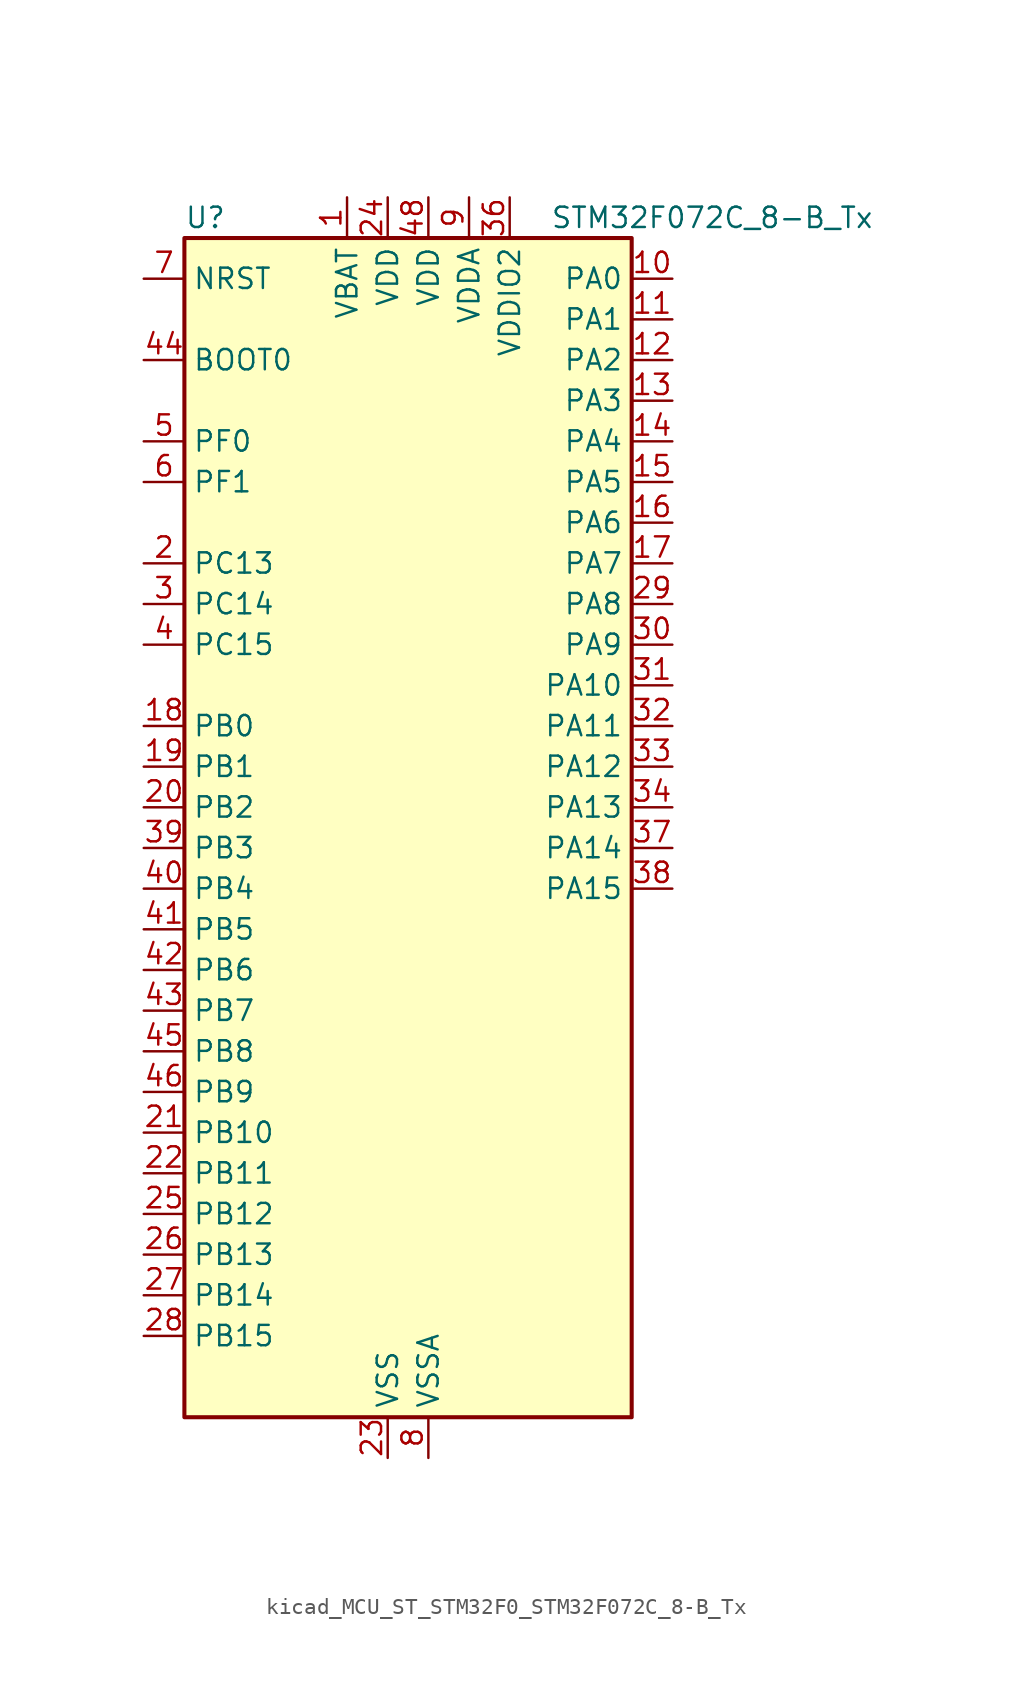
<source format=kicad_sym>
(kicad_symbol_lib
  (version 20220914)
  (generator kicad_symbol_editor)
  (symbol "kicad_MCU_ST_STM32F0_STM32F072C_8-B_Tx"
    (property "Reference" "U"
      (at -12.7 39.37 0)
      (effects (font (size 1.27 1.27)) (justify left)))
    (property "Value" "STM32F072C_8-B_Tx"
      (at 10.16 39.37 0)
      (effects (font (size 1.27 1.27)) (justify left)))
    (property "ki_locked" ""
      (at 0 0 0)
      (effects (font (size 1.27 1.27))))
    (symbol "kicad_MCU_ST_STM32F0_STM32F072C_8-B_Tx_0_1"
      (rectangle (start -12.7 -35.56) (end 15.24 38.1) (stroke (width 0.254) (type default)) (fill (type background))))
    (symbol "kicad_MCU_ST_STM32F0_STM32F072C_8-B_Tx_1_1"
      (pin power_in line (at -2.54 40.64 270) (length 2.54) (name "VBAT" (effects (font (size 1.27 1.27)))) (number "1" (effects (font (size 1.27 1.27)))))
      (pin bidirectional line (at 17.78 35.56 180) (length 2.54) (name "PA0" (effects (font (size 1.27 1.27)))) (number "10" (effects (font (size 1.27 1.27)))) (alternate "ADC_IN0" bidirectional line) (alternate "COMP1_INM" bidirectional line) (alternate "COMP1_OUT" bidirectional line) (alternate "RTC_TAMP2" bidirectional line) (alternate "SYS_WKUP1" bidirectional line) (alternate "TIM2_CH1" bidirectional line) (alternate "TIM2_ETR" bidirectional line) (alternate "TSC_G1_IO1" bidirectional line) (alternate "USART2_CTS" bidirectional line) (alternate "USART4_TX" bidirectional line))
      (pin bidirectional line (at 17.78 33.02 180) (length 2.54) (name "PA1" (effects (font (size 1.27 1.27)))) (number "11" (effects (font (size 1.27 1.27)))) (alternate "ADC_IN1" bidirectional line) (alternate "COMP1_INP" bidirectional line) (alternate "TIM15_CH1N" bidirectional line) (alternate "TIM2_CH2" bidirectional line) (alternate "TSC_G1_IO2" bidirectional line) (alternate "USART2_DE" bidirectional line) (alternate "USART2_RTS" bidirectional line) (alternate "USART4_RX" bidirectional line))
      (pin bidirectional line (at 17.78 30.48 180) (length 2.54) (name "PA2" (effects (font (size 1.27 1.27)))) (number "12" (effects (font (size 1.27 1.27)))) (alternate "ADC_IN2" bidirectional line) (alternate "COMP2_INM" bidirectional line) (alternate "COMP2_OUT" bidirectional line) (alternate "SYS_WKUP4" bidirectional line) (alternate "TIM15_CH1" bidirectional line) (alternate "TIM2_CH3" bidirectional line) (alternate "TSC_G1_IO3" bidirectional line) (alternate "USART2_TX" bidirectional line))
      (pin bidirectional line (at 17.78 27.94 180) (length 2.54) (name "PA3" (effects (font (size 1.27 1.27)))) (number "13" (effects (font (size 1.27 1.27)))) (alternate "ADC_IN3" bidirectional line) (alternate "COMP2_INP" bidirectional line) (alternate "TIM15_CH2" bidirectional line) (alternate "TIM2_CH4" bidirectional line) (alternate "TSC_G1_IO4" bidirectional line) (alternate "USART2_RX" bidirectional line))
      (pin bidirectional line (at 17.78 25.4 180) (length 2.54) (name "PA4" (effects (font (size 1.27 1.27)))) (number "14" (effects (font (size 1.27 1.27)))) (alternate "ADC_IN4" bidirectional line) (alternate "COMP1_INM" bidirectional line) (alternate "COMP2_INM" bidirectional line) (alternate "DAC_OUT1" bidirectional line) (alternate "I2S1_WS" bidirectional line) (alternate "SPI1_NSS" bidirectional line) (alternate "TIM14_CH1" bidirectional line) (alternate "TSC_G2_IO1" bidirectional line) (alternate "USART2_CK" bidirectional line))
      (pin bidirectional line (at 17.78 22.86 180) (length 2.54) (name "PA5" (effects (font (size 1.27 1.27)))) (number "15" (effects (font (size 1.27 1.27)))) (alternate "ADC_IN5" bidirectional line) (alternate "CEC" bidirectional line) (alternate "COMP1_INM" bidirectional line) (alternate "COMP2_INM" bidirectional line) (alternate "DAC_OUT2" bidirectional line) (alternate "I2S1_CK" bidirectional line) (alternate "SPI1_SCK" bidirectional line) (alternate "TIM2_CH1" bidirectional line) (alternate "TIM2_ETR" bidirectional line) (alternate "TSC_G2_IO2" bidirectional line))
      (pin bidirectional line (at 17.78 20.32 180) (length 2.54) (name "PA6" (effects (font (size 1.27 1.27)))) (number "16" (effects (font (size 1.27 1.27)))) (alternate "ADC_IN6" bidirectional line) (alternate "COMP1_OUT" bidirectional line) (alternate "I2S1_MCK" bidirectional line) (alternate "SPI1_MISO" bidirectional line) (alternate "TIM16_CH1" bidirectional line) (alternate "TIM1_BKIN" bidirectional line) (alternate "TIM3_CH1" bidirectional line) (alternate "TSC_G2_IO3" bidirectional line) (alternate "USART3_CTS" bidirectional line))
      (pin bidirectional line (at 17.78 17.78 180) (length 2.54) (name "PA7" (effects (font (size 1.27 1.27)))) (number "17" (effects (font (size 1.27 1.27)))) (alternate "ADC_IN7" bidirectional line) (alternate "COMP2_OUT" bidirectional line) (alternate "I2S1_SD" bidirectional line) (alternate "SPI1_MOSI" bidirectional line) (alternate "TIM14_CH1" bidirectional line) (alternate "TIM17_CH1" bidirectional line) (alternate "TIM1_CH1N" bidirectional line) (alternate "TIM3_CH2" bidirectional line) (alternate "TSC_G2_IO4" bidirectional line))
      (pin bidirectional line (at -15.24 7.62 0) (length 2.54) (name "PB0" (effects (font (size 1.27 1.27)))) (number "18" (effects (font (size 1.27 1.27)))) (alternate "ADC_IN8" bidirectional line) (alternate "TIM1_CH2N" bidirectional line) (alternate "TIM3_CH3" bidirectional line) (alternate "TSC_G3_IO2" bidirectional line) (alternate "USART3_CK" bidirectional line))
      (pin bidirectional line (at -15.24 5.08 0) (length 2.54) (name "PB1" (effects (font (size 1.27 1.27)))) (number "19" (effects (font (size 1.27 1.27)))) (alternate "ADC_IN9" bidirectional line) (alternate "TIM14_CH1" bidirectional line) (alternate "TIM1_CH3N" bidirectional line) (alternate "TIM3_CH4" bidirectional line) (alternate "TSC_G3_IO3" bidirectional line) (alternate "USART3_DE" bidirectional line) (alternate "USART3_RTS" bidirectional line))
      (pin bidirectional line (at -15.24 17.78 0) (length 2.54) (name "PC13" (effects (font (size 1.27 1.27)))) (number "2" (effects (font (size 1.27 1.27)))) (alternate "RTC_OUT_ALARM" bidirectional line) (alternate "RTC_OUT_CALIB" bidirectional line) (alternate "RTC_TAMP1" bidirectional line) (alternate "RTC_TS" bidirectional line) (alternate "SYS_WKUP2" bidirectional line))
      (pin bidirectional line (at -15.24 2.54 0) (length 2.54) (name "PB2" (effects (font (size 1.27 1.27)))) (number "20" (effects (font (size 1.27 1.27)))) (alternate "TSC_G3_IO4" bidirectional line))
      (pin bidirectional line (at -15.24 -17.78 0) (length 2.54) (name "PB10" (effects (font (size 1.27 1.27)))) (number "21" (effects (font (size 1.27 1.27)))) (alternate "CEC" bidirectional line) (alternate "I2C2_SCL" bidirectional line) (alternate "I2S2_CK" bidirectional line) (alternate "SPI2_SCK" bidirectional line) (alternate "TIM2_CH3" bidirectional line) (alternate "TSC_SYNC" bidirectional line) (alternate "USART3_TX" bidirectional line))
      (pin bidirectional line (at -15.24 -20.32 0) (length 2.54) (name "PB11" (effects (font (size 1.27 1.27)))) (number "22" (effects (font (size 1.27 1.27)))) (alternate "I2C2_SDA" bidirectional line) (alternate "TIM2_CH4" bidirectional line) (alternate "TSC_G6_IO1" bidirectional line) (alternate "USART3_RX" bidirectional line))
      (pin power_in line (at 0 -38.1 90) (length 2.54) (name "VSS" (effects (font (size 1.27 1.27)))) (number "23" (effects (font (size 1.27 1.27)))))
      (pin power_in line (at 0 40.64 270) (length 2.54) (name "VDD" (effects (font (size 1.27 1.27)))) (number "24" (effects (font (size 1.27 1.27)))))
      (pin bidirectional line (at -15.24 -22.86 0) (length 2.54) (name "PB12" (effects (font (size 1.27 1.27)))) (number "25" (effects (font (size 1.27 1.27)))) (alternate "I2S2_WS" bidirectional line) (alternate "SPI2_NSS" bidirectional line) (alternate "TIM15_BKIN" bidirectional line) (alternate "TIM1_BKIN" bidirectional line) (alternate "TSC_G6_IO2" bidirectional line) (alternate "USART3_CK" bidirectional line))
      (pin bidirectional line (at -15.24 -25.4 0) (length 2.54) (name "PB13" (effects (font (size 1.27 1.27)))) (number "26" (effects (font (size 1.27 1.27)))) (alternate "I2C2_SCL" bidirectional line) (alternate "I2S2_CK" bidirectional line) (alternate "SPI2_SCK" bidirectional line) (alternate "TIM1_CH1N" bidirectional line) (alternate "TSC_G6_IO3" bidirectional line) (alternate "USART3_CTS" bidirectional line))
      (pin bidirectional line (at -15.24 -27.94 0) (length 2.54) (name "PB14" (effects (font (size 1.27 1.27)))) (number "27" (effects (font (size 1.27 1.27)))) (alternate "I2C2_SDA" bidirectional line) (alternate "I2S2_MCK" bidirectional line) (alternate "SPI2_MISO" bidirectional line) (alternate "TIM15_CH1" bidirectional line) (alternate "TIM1_CH2N" bidirectional line) (alternate "TSC_G6_IO4" bidirectional line) (alternate "USART3_DE" bidirectional line) (alternate "USART3_RTS" bidirectional line))
      (pin bidirectional line (at -15.24 -30.48 0) (length 2.54) (name "PB15" (effects (font (size 1.27 1.27)))) (number "28" (effects (font (size 1.27 1.27)))) (alternate "I2S2_SD" bidirectional line) (alternate "RTC_REFIN" bidirectional line) (alternate "SPI2_MOSI" bidirectional line) (alternate "SYS_WKUP7" bidirectional line) (alternate "TIM15_CH1N" bidirectional line) (alternate "TIM15_CH2" bidirectional line) (alternate "TIM1_CH3N" bidirectional line))
      (pin bidirectional line (at 17.78 15.24 180) (length 2.54) (name "PA8" (effects (font (size 1.27 1.27)))) (number "29" (effects (font (size 1.27 1.27)))) (alternate "CRS_SYNC" bidirectional line) (alternate "RCC_MCO" bidirectional line) (alternate "TIM1_CH1" bidirectional line) (alternate "USART1_CK" bidirectional line))
      (pin bidirectional line (at -15.24 15.24 0) (length 2.54) (name "PC14" (effects (font (size 1.27 1.27)))) (number "3" (effects (font (size 1.27 1.27)))) (alternate "RCC_OSC32_IN" bidirectional line))
      (pin bidirectional line (at 17.78 12.7 180) (length 2.54) (name "PA9" (effects (font (size 1.27 1.27)))) (number "30" (effects (font (size 1.27 1.27)))) (alternate "DAC_EXTI9" bidirectional line) (alternate "TIM15_BKIN" bidirectional line) (alternate "TIM1_CH2" bidirectional line) (alternate "TSC_G4_IO1" bidirectional line) (alternate "USART1_TX" bidirectional line))
      (pin bidirectional line (at 17.78 10.16 180) (length 2.54) (name "PA10" (effects (font (size 1.27 1.27)))) (number "31" (effects (font (size 1.27 1.27)))) (alternate "TIM17_BKIN" bidirectional line) (alternate "TIM1_CH3" bidirectional line) (alternate "TSC_G4_IO2" bidirectional line) (alternate "USART1_RX" bidirectional line))
      (pin bidirectional line (at 17.78 7.62 180) (length 2.54) (name "PA11" (effects (font (size 1.27 1.27)))) (number "32" (effects (font (size 1.27 1.27)))) (alternate "CAN_RX" bidirectional line) (alternate "COMP1_OUT" bidirectional line) (alternate "TIM1_CH4" bidirectional line) (alternate "TSC_G4_IO3" bidirectional line) (alternate "USART1_CTS" bidirectional line) (alternate "USB_DM" bidirectional line))
      (pin bidirectional line (at 17.78 5.08 180) (length 2.54) (name "PA12" (effects (font (size 1.27 1.27)))) (number "33" (effects (font (size 1.27 1.27)))) (alternate "CAN_TX" bidirectional line) (alternate "COMP2_OUT" bidirectional line) (alternate "TIM1_ETR" bidirectional line) (alternate "TSC_G4_IO4" bidirectional line) (alternate "USART1_DE" bidirectional line) (alternate "USART1_RTS" bidirectional line) (alternate "USB_DP" bidirectional line))
      (pin bidirectional line (at 17.78 2.54 180) (length 2.54) (name "PA13" (effects (font (size 1.27 1.27)))) (number "34" (effects (font (size 1.27 1.27)))) (alternate "IR_OUT" bidirectional line) (alternate "SYS_SWDIO" bidirectional line) (alternate "USB_NOE" bidirectional line))
      (pin passive line (at 0 -38.1 90) (length 2.54) hide (name "VSS" (effects (font (size 1.27 1.27)))) (number "35" (effects (font (size 1.27 1.27)))))
      (pin power_in line (at 7.62 40.64 270) (length 2.54) (name "VDDIO2" (effects (font (size 1.27 1.27)))) (number "36" (effects (font (size 1.27 1.27)))))
      (pin bidirectional line (at 17.78 0 180) (length 2.54) (name "PA14" (effects (font (size 1.27 1.27)))) (number "37" (effects (font (size 1.27 1.27)))) (alternate "SYS_SWCLK" bidirectional line) (alternate "USART2_TX" bidirectional line))
      (pin bidirectional line (at 17.78 -2.54 180) (length 2.54) (name "PA15" (effects (font (size 1.27 1.27)))) (number "38" (effects (font (size 1.27 1.27)))) (alternate "I2S1_WS" bidirectional line) (alternate "SPI1_NSS" bidirectional line) (alternate "TIM2_CH1" bidirectional line) (alternate "TIM2_ETR" bidirectional line) (alternate "USART2_RX" bidirectional line) (alternate "USART4_DE" bidirectional line) (alternate "USART4_RTS" bidirectional line))
      (pin bidirectional line (at -15.24 0 0) (length 2.54) (name "PB3" (effects (font (size 1.27 1.27)))) (number "39" (effects (font (size 1.27 1.27)))) (alternate "I2S1_CK" bidirectional line) (alternate "SPI1_SCK" bidirectional line) (alternate "TIM2_CH2" bidirectional line) (alternate "TSC_G5_IO1" bidirectional line))
      (pin bidirectional line (at -15.24 12.7 0) (length 2.54) (name "PC15" (effects (font (size 1.27 1.27)))) (number "4" (effects (font (size 1.27 1.27)))) (alternate "RCC_OSC32_OUT" bidirectional line))
      (pin bidirectional line (at -15.24 -2.54 0) (length 2.54) (name "PB4" (effects (font (size 1.27 1.27)))) (number "40" (effects (font (size 1.27 1.27)))) (alternate "I2S1_MCK" bidirectional line) (alternate "SPI1_MISO" bidirectional line) (alternate "TIM17_BKIN" bidirectional line) (alternate "TIM3_CH1" bidirectional line) (alternate "TSC_G5_IO2" bidirectional line))
      (pin bidirectional line (at -15.24 -5.08 0) (length 2.54) (name "PB5" (effects (font (size 1.27 1.27)))) (number "41" (effects (font (size 1.27 1.27)))) (alternate "I2C1_SMBA" bidirectional line) (alternate "I2S1_SD" bidirectional line) (alternate "SPI1_MOSI" bidirectional line) (alternate "SYS_WKUP6" bidirectional line) (alternate "TIM16_BKIN" bidirectional line) (alternate "TIM3_CH2" bidirectional line))
      (pin bidirectional line (at -15.24 -7.62 0) (length 2.54) (name "PB6" (effects (font (size 1.27 1.27)))) (number "42" (effects (font (size 1.27 1.27)))) (alternate "I2C1_SCL" bidirectional line) (alternate "TIM16_CH1N" bidirectional line) (alternate "TSC_G5_IO3" bidirectional line) (alternate "USART1_TX" bidirectional line))
      (pin bidirectional line (at -15.24 -10.16 0) (length 2.54) (name "PB7" (effects (font (size 1.27 1.27)))) (number "43" (effects (font (size 1.27 1.27)))) (alternate "I2C1_SDA" bidirectional line) (alternate "TIM17_CH1N" bidirectional line) (alternate "TSC_G5_IO4" bidirectional line) (alternate "USART1_RX" bidirectional line) (alternate "USART4_CTS" bidirectional line))
      (pin input line (at -15.24 30.48 0) (length 2.54) (name "BOOT0" (effects (font (size 1.27 1.27)))) (number "44" (effects (font (size 1.27 1.27)))))
      (pin bidirectional line (at -15.24 -12.7 0) (length 2.54) (name "PB8" (effects (font (size 1.27 1.27)))) (number "45" (effects (font (size 1.27 1.27)))) (alternate "CAN_RX" bidirectional line) (alternate "CEC" bidirectional line) (alternate "I2C1_SCL" bidirectional line) (alternate "TIM16_CH1" bidirectional line) (alternate "TSC_SYNC" bidirectional line))
      (pin bidirectional line (at -15.24 -15.24 0) (length 2.54) (name "PB9" (effects (font (size 1.27 1.27)))) (number "46" (effects (font (size 1.27 1.27)))) (alternate "CAN_TX" bidirectional line) (alternate "DAC_EXTI9" bidirectional line) (alternate "I2C1_SDA" bidirectional line) (alternate "I2S2_WS" bidirectional line) (alternate "IR_OUT" bidirectional line) (alternate "SPI2_NSS" bidirectional line) (alternate "TIM17_CH1" bidirectional line))
      (pin passive line (at 0 -38.1 90) (length 2.54) hide (name "VSS" (effects (font (size 1.27 1.27)))) (number "47" (effects (font (size 1.27 1.27)))))
      (pin power_in line (at 2.54 40.64 270) (length 2.54) (name "VDD" (effects (font (size 1.27 1.27)))) (number "48" (effects (font (size 1.27 1.27)))))
      (pin bidirectional line (at -15.24 25.4 0) (length 2.54) (name "PF0" (effects (font (size 1.27 1.27)))) (number "5" (effects (font (size 1.27 1.27)))) (alternate "CRS_SYNC" bidirectional line) (alternate "RCC_OSC_IN" bidirectional line))
      (pin bidirectional line (at -15.24 22.86 0) (length 2.54) (name "PF1" (effects (font (size 1.27 1.27)))) (number "6" (effects (font (size 1.27 1.27)))) (alternate "RCC_OSC_OUT" bidirectional line))
      (pin input line (at -15.24 35.56 0) (length 2.54) (name "NRST" (effects (font (size 1.27 1.27)))) (number "7" (effects (font (size 1.27 1.27)))))
      (pin power_in line (at 2.54 -38.1 90) (length 2.54) (name "VSSA" (effects (font (size 1.27 1.27)))) (number "8" (effects (font (size 1.27 1.27)))))
      (pin power_in line (at 5.08 40.64 270) (length 2.54) (name "VDDA" (effects (font (size 1.27 1.27)))) (number "9" (effects (font (size 1.27 1.27))))))))
</source>
